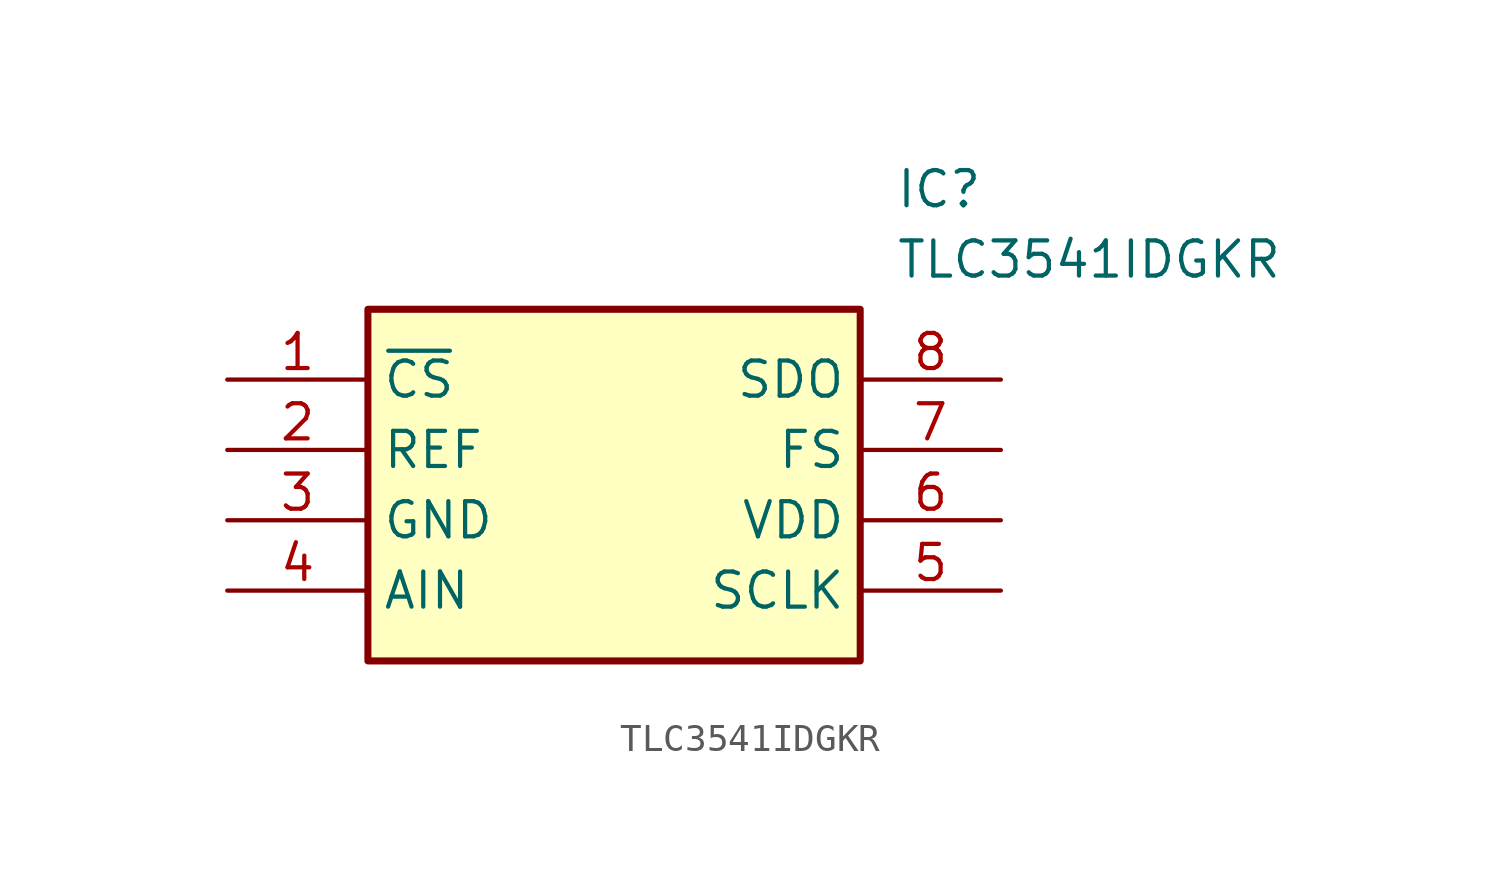
<source format=kicad_sym>
(kicad_symbol_lib
  (version 20211014)
  (generator SamacSys_ECAD_Model)
  (symbol "TLC3541IDGKR"
    (property "Reference" "IC"
      (at 24.13 7.62 0)
      (effects (font (size 1.27 1.27)) (justify left top)))
    (property "Value" "TLC3541IDGKR"
      (at 24.13 5.08 0)
      (effects (font (size 1.27 1.27)) (justify left top)))
    (rectangle
      (start 5.08 2.54)
      (end 22.86 -10.16)
      (stroke (width 0.254) (type default))
      (fill (type background)))
    (pin passive line
      (at 0 0 0)
      (length 5.08)
      (name "~{CS}" (effects (font (size 1.27 1.27))))
      (number "1" (effects (font (size 1.27 1.27)))))
    (pin passive line
      (at 0 -2.54 0)
      (length 5.08)
      (name "REF" (effects (font (size 1.27 1.27))))
      (number "2" (effects (font (size 1.27 1.27)))))
    (pin passive line
      (at 0 -5.08 0)
      (length 5.08)
      (name "GND" (effects (font (size 1.27 1.27))))
      (number "3" (effects (font (size 1.27 1.27)))))
    (pin passive line
      (at 0 -7.62 0)
      (length 5.08)
      (name "AIN" (effects (font (size 1.27 1.27))))
      (number "4" (effects (font (size 1.27 1.27)))))
    (pin passive line
      (at 27.94 0 180)
      (length 5.08)
      (name "SDO" (effects (font (size 1.27 1.27))))
      (number "8" (effects (font (size 1.27 1.27)))))
    (pin passive line
      (at 27.94 -2.54 180)
      (length 5.08)
      (name "FS" (effects (font (size 1.27 1.27))))
      (number "7" (effects (font (size 1.27 1.27)))))
    (pin passive line
      (at 27.94 -5.08 180)
      (length 5.08)
      (name "VDD" (effects (font (size 1.27 1.27))))
      (number "6" (effects (font (size 1.27 1.27)))))
    (pin passive line
      (at 27.94 -7.62 180)
      (length 5.08)
      (name "SCLK" (effects (font (size 1.27 1.27))))
      (number "5" (effects (font (size 1.27 1.27)))))))
</source>
